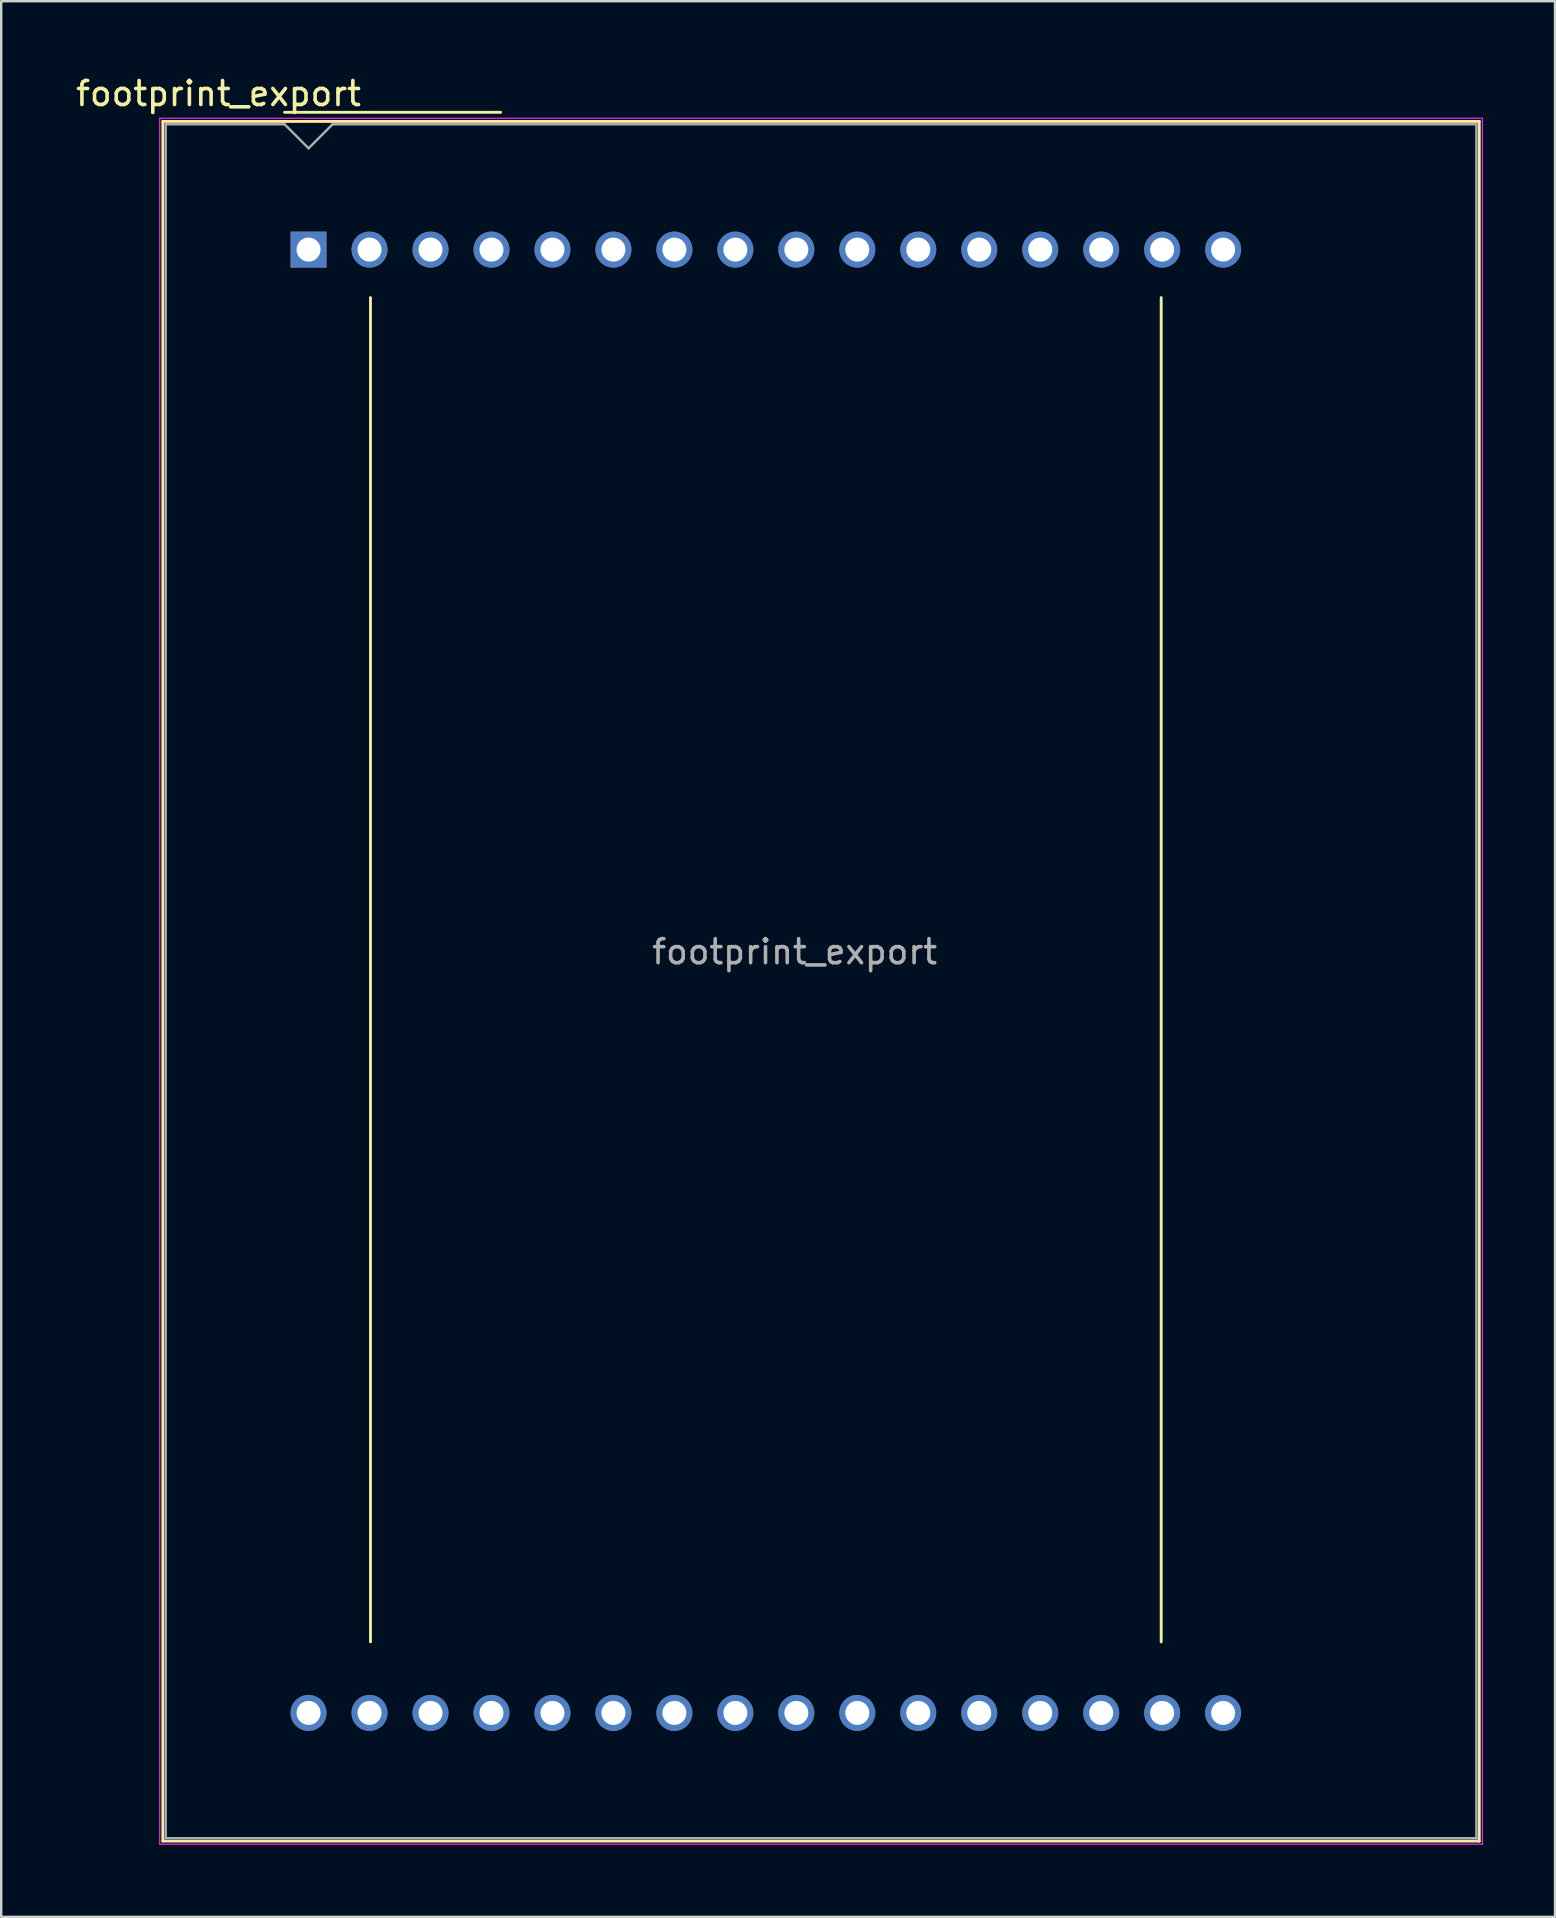
<source format=kicad_pcb>
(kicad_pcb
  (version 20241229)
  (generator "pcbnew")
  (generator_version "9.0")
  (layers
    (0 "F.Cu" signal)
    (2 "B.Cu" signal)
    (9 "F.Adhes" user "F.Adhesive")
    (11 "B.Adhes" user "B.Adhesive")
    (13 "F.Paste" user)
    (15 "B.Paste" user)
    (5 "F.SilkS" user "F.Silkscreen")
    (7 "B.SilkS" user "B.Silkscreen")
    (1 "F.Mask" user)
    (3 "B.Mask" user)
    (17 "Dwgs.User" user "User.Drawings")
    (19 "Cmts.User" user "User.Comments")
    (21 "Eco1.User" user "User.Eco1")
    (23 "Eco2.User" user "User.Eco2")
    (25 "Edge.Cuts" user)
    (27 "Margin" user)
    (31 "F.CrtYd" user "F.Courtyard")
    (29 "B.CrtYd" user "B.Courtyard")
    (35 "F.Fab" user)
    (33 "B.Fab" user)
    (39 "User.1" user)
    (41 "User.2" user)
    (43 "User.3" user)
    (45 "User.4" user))
  (footprint "footprint_export"
    (layer "F.Cu")
    (at 9.804 7.348)
    (property "Reference" "footprint_export" (at -3.75 -6.5 0) (layer "F.SilkS") (effects (font (size 1 1) (thickness 0.15))))
    (attr through_hole)
    (fp_line (start -6.07 -5.34) (end 48.77 -5.34) (stroke (width 0.12) (type solid)) (layer "F.SilkS"))
    (fp_line (start -6.07 66.3) (end -6.07 -5.34) (stroke (width 0.12) (type solid)) (layer "F.SilkS"))
    (fp_line (start -1 -5.72) (end 8 -5.72) (stroke (width 0.12) (type solid)) (layer "F.SilkS"))
    (fp_line (start 2.58 58) (end 2.58 2) (stroke (width 0.12) (type solid)) (layer "F.SilkS"))
    (fp_line (start 35.52 2) (end 35.52 58) (stroke (width 0.12) (type solid)) (layer "F.SilkS"))
    (fp_line (start 48.77 -5.34) (end 48.77 66.3) (stroke (width 0.12) (type solid)) (layer "F.SilkS"))
    (fp_line (start 48.77 66.3) (end -6.07 66.3) (stroke (width 0.12) (type solid)) (layer "F.SilkS"))
    (fp_line (start -6.2 -5.47) (end 48.9 -5.47) (stroke (width 0.05) (type solid)) (layer "F.CrtYd"))
    (fp_line (start -6.2 66.43) (end -6.2 -5.47) (stroke (width 0.05) (type solid)) (layer "F.CrtYd"))
    (fp_line (start 48.9 -5.47) (end 48.9 66.43) (stroke (width 0.05) (type solid)) (layer "F.CrtYd"))
    (fp_line (start 48.9 66.43) (end -6.2 66.43) (stroke (width 0.05) (type solid)) (layer "F.CrtYd"))
    (fp_line (start -5.95 -5.22) (end -1 -5.22) (stroke (width 0.1) (type solid)) (layer "F.Fab"))
    (fp_line (start -5.95 66.18) (end -5.95 -5.22) (stroke (width 0.1) (type solid)) (layer "F.Fab"))
    (fp_line (start -1 -5.22) (end 0 -4.22) (stroke (width 0.1) (type solid)) (layer "F.Fab"))
    (fp_line (start 0 -4.22) (end 1 -5.22) (stroke (width 0.1) (type solid)) (layer "F.Fab"))
    (fp_line (start 1 -5.22) (end 48.65 -5.22) (stroke (width 0.1) (type solid)) (layer "F.Fab"))
    (fp_line (start 48.65 -5.22) (end 48.65 66.18) (stroke (width 0.1) (type solid)) (layer "F.Fab"))
    (fp_line (start 48.65 66.18) (end -5.95 66.18) (stroke (width 0.1) (type solid)) (layer "F.Fab"))
    (fp_text user "${REFERENCE}" (at 20.25 29.25 0) (layer "F.Fab") (effects (font (size 1 1) (thickness 0.15))))
    (pad "1" thru_hole rect (at 0 0) (size 1.5 1.5) (drill 1) (layers "*.Cu" "*.Mask"))
    (pad "2" thru_hole circle (at 2.54 0) (size 1.5 1.5) (drill 1) (layers "*.Cu" "*.Mask"))
    (pad "3" thru_hole circle (at 5.08 0) (size 1.5 1.5) (drill 1) (layers "*.Cu" "*.Mask"))
    (pad "4" thru_hole circle (at 7.62 0) (size 1.5 1.5) (drill 1) (layers "*.Cu" "*.Mask"))
    (pad "5" thru_hole circle (at 10.16 0) (size 1.5 1.5) (drill 1) (layers "*.Cu" "*.Mask"))
    (pad "6" thru_hole circle (at 12.7 0) (size 1.5 1.5) (drill 1) (layers "*.Cu" "*.Mask"))
    (pad "7" thru_hole circle (at 15.24 0) (size 1.5 1.5) (drill 1) (layers "*.Cu" "*.Mask"))
    (pad "8" thru_hole circle (at 17.78 0) (size 1.5 1.5) (drill 1) (layers "*.Cu" "*.Mask"))
    (pad "9" thru_hole circle (at 20.32 0) (size 1.5 1.5) (drill 1) (layers "*.Cu" "*.Mask"))
    (pad "10" thru_hole circle (at 22.86 0) (size 1.5 1.5) (drill 1) (layers "*.Cu" "*.Mask"))
    (pad "11" thru_hole circle (at 25.4 0) (size 1.5 1.5) (drill 1) (layers "*.Cu" "*.Mask"))
    (pad "12" thru_hole circle (at 27.94 0) (size 1.5 1.5) (drill 1) (layers "*.Cu" "*.Mask"))
    (pad "13" thru_hole circle (at 30.48 0) (size 1.5 1.5) (drill 1) (layers "*.Cu" "*.Mask"))
    (pad "14" thru_hole circle (at 33.02 0) (size 1.5 1.5) (drill 1) (layers "*.Cu" "*.Mask"))
    (pad "15" thru_hole circle (at 35.56 0) (size 1.5 1.5) (drill 1) (layers "*.Cu" "*.Mask"))
    (pad "16" thru_hole circle (at 38.1 0) (size 1.5 1.5) (drill 1) (layers "*.Cu" "*.Mask"))
    (pad "17" thru_hole circle (at 38.1 60.96) (size 1.5 1.5) (drill 1) (layers "*.Cu" "*.Mask"))
    (pad "18" thru_hole circle (at 35.56 60.96) (size 1.5 1.5) (drill 1) (layers "*.Cu" "*.Mask"))
    (pad "19" thru_hole circle (at 33.02 60.96) (size 1.5 1.5) (drill 1) (layers "*.Cu" "*.Mask"))
    (pad "20" thru_hole circle (at 30.48 60.96) (size 1.5 1.5) (drill 1) (layers "*.Cu" "*.Mask"))
    (pad "21" thru_hole circle (at 27.94 60.96) (size 1.5 1.5) (drill 1) (layers "*.Cu" "*.Mask"))
    (pad "22" thru_hole circle (at 25.4 60.96) (size 1.5 1.5) (drill 1) (layers "*.Cu" "*.Mask"))
    (pad "23" thru_hole circle (at 22.86 60.96) (size 1.5 1.5) (drill 1) (layers "*.Cu" "*.Mask"))
    (pad "24" thru_hole circle (at 20.32 60.96) (size 1.5 1.5) (drill 1) (layers "*.Cu" "*.Mask"))
    (pad "25" thru_hole circle (at 17.78 60.96) (size 1.5 1.5) (drill 1) (layers "*.Cu" "*.Mask"))
    (pad "26" thru_hole circle (at 15.24 60.96) (size 1.5 1.5) (drill 1) (layers "*.Cu" "*.Mask"))
    (pad "27" thru_hole circle (at 12.7 60.96) (size 1.5 1.5) (drill 1) (layers "*.Cu" "*.Mask"))
    (pad "28" thru_hole circle (at 10.16 60.96) (size 1.5 1.5) (drill 1) (layers "*.Cu" "*.Mask"))
    (pad "29" thru_hole circle (at 7.62 60.96) (size 1.5 1.5) (drill 1) (layers "*.Cu" "*.Mask"))
    (pad "30" thru_hole circle (at 5.08 60.96) (size 1.5 1.5) (drill 1) (layers "*.Cu" "*.Mask"))
    (pad "31" thru_hole circle (at 2.54 60.96) (size 1.5 1.5) (drill 1) (layers "*.Cu" "*.Mask"))
    (pad "32" thru_hole circle (at 0 60.96) (size 1.5 1.5) (drill 1) (layers "*.Cu" "*.Mask")))
  (gr_rect
    (start -3 -3)
    (end 61.729 76.803)
    (stroke (width 0.1) (type default))
    (fill no)
    (layer "Edge.Cuts")))
</source>
